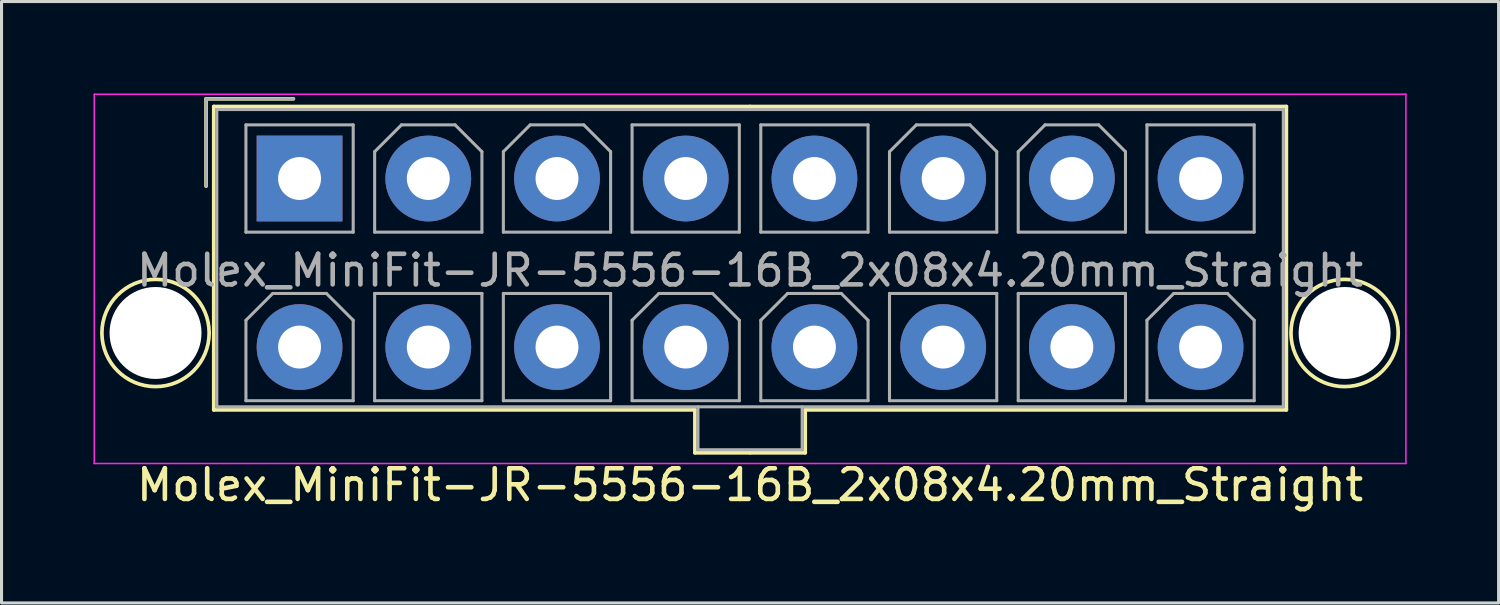
<source format=kicad_pcb>
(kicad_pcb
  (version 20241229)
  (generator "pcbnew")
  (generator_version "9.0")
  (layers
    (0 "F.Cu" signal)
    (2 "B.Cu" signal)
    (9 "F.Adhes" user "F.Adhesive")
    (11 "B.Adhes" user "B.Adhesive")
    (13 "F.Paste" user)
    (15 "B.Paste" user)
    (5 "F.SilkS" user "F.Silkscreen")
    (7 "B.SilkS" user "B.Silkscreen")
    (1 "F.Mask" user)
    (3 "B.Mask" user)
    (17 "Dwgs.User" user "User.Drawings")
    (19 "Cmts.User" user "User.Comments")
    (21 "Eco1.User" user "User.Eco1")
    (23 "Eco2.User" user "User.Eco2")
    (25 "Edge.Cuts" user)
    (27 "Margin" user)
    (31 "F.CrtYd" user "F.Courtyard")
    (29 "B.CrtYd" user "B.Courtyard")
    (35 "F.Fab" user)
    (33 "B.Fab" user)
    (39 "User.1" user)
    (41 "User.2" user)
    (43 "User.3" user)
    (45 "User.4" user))
  (footprint "Molex_MiniFit-JR-5556-16B_2x08x4.20mm_Straight"
    (layer "F.Cu")
    (at 6.725 2.775)
    (property "Reference" "Molex_MiniFit-JR-5556-16B_2x08x4.20mm_Straight" (at 14.7 10 0) (layer "F.SilkS") (effects (font (size 1 1) (thickness 0.15))))
    (attr through_hole)
    (fp_line (start -3.05 -2.6) (end -3.05 0.25) (stroke (width 0.12) (type solid)) (layer "F.SilkS"))
    (fp_line (start -2.8 -2.35) (end -2.8 7.55) (stroke (width 0.12) (type solid)) (layer "F.SilkS"))
    (fp_line (start -2.8 7.55) (end 12.9 7.55) (stroke (width 0.12) (type solid)) (layer "F.SilkS"))
    (fp_line (start -0.2 -2.6) (end -3.05 -2.6) (stroke (width 0.12) (type solid)) (layer "F.SilkS"))
    (fp_line (start 12.9 7.55) (end 12.9 8.95) (stroke (width 0.12) (type solid)) (layer "F.SilkS"))
    (fp_line (start 12.9 8.95) (end 14.7 8.95) (stroke (width 0.12) (type solid)) (layer "F.SilkS"))
    (fp_line (start 14.7 -2.35) (end -2.8 -2.35) (stroke (width 0.12) (type solid)) (layer "F.SilkS"))
    (fp_line (start 14.7 -2.35) (end 32.2 -2.35) (stroke (width 0.12) (type solid)) (layer "F.SilkS"))
    (fp_line (start 16.5 7.55) (end 16.5 8.95) (stroke (width 0.12) (type solid)) (layer "F.SilkS"))
    (fp_line (start 16.5 8.95) (end 14.7 8.95) (stroke (width 0.12) (type solid)) (layer "F.SilkS"))
    (fp_line (start 32.2 -2.35) (end 32.2 7.55) (stroke (width 0.12) (type solid)) (layer "F.SilkS"))
    (fp_line (start 32.2 7.55) (end 16.5 7.55) (stroke (width 0.12) (type solid)) (layer "F.SilkS"))
    (fp_circle (center -4.7 5.04) (end -2.95 5.04) (stroke (width 0.12) (type solid)) (fill no) (layer "F.SilkS"))
    (fp_circle (center 34.1 5.04) (end 35.85 5.04) (stroke (width 0.12) (type solid)) (fill no) (layer "F.SilkS"))
    (fp_line (start -6.7 -2.75) (end -6.7 9.3) (stroke (width 0.05) (type solid)) (layer "F.CrtYd"))
    (fp_line (start -6.7 9.3) (end 36.1 9.3) (stroke (width 0.05) (type solid)) (layer "F.CrtYd"))
    (fp_line (start 36.1 -2.75) (end -6.7 -2.75) (stroke (width 0.05) (type solid)) (layer "F.CrtYd"))
    (fp_line (start 36.1 9.3) (end 36.1 -2.75) (stroke (width 0.05) (type solid)) (layer "F.CrtYd"))
    (fp_line (start -3.05 -2.6) (end -3.05 0.25) (stroke (width 0.1) (type solid)) (layer "F.Fab"))
    (fp_line (start -2.7 -2.25) (end -2.7 7.45) (stroke (width 0.1) (type solid)) (layer "F.Fab"))
    (fp_line (start -2.7 7.45) (end 32.1 7.45) (stroke (width 0.1) (type solid)) (layer "F.Fab"))
    (fp_line (start -1.75 -1.75) (end -1.75 1.75) (stroke (width 0.1) (type solid)) (layer "F.Fab"))
    (fp_line (start -1.75 1.75) (end 1.75 1.75) (stroke (width 0.1) (type solid)) (layer "F.Fab"))
    (fp_line (start -1.75 4.625) (end -0.875 3.75) (stroke (width 0.1) (type solid)) (layer "F.Fab"))
    (fp_line (start -1.75 7.25) (end -1.75 4.625) (stroke (width 0.1) (type solid)) (layer "F.Fab"))
    (fp_line (start -0.875 3.75) (end 0.875 3.75) (stroke (width 0.1) (type solid)) (layer "F.Fab"))
    (fp_line (start -0.2 -2.6) (end -3.05 -2.6) (stroke (width 0.1) (type solid)) (layer "F.Fab"))
    (fp_line (start 0.875 3.75) (end 1.75 4.625) (stroke (width 0.1) (type solid)) (layer "F.Fab"))
    (fp_line (start 1.75 -1.75) (end -1.75 -1.75) (stroke (width 0.1) (type solid)) (layer "F.Fab"))
    (fp_line (start 1.75 1.75) (end 1.75 -1.75) (stroke (width 0.1) (type solid)) (layer "F.Fab"))
    (fp_line (start 1.75 4.625) (end 1.75 7.25) (stroke (width 0.1) (type solid)) (layer "F.Fab"))
    (fp_line (start 1.75 7.25) (end -1.75 7.25) (stroke (width 0.1) (type solid)) (layer "F.Fab"))
    (fp_line (start 2.45 -0.875) (end 3.325 -1.75) (stroke (width 0.1) (type solid)) (layer "F.Fab"))
    (fp_line (start 2.45 1.75) (end 2.45 -0.875) (stroke (width 0.1) (type solid)) (layer "F.Fab"))
    (fp_line (start 2.45 3.75) (end 2.45 7.25) (stroke (width 0.1) (type solid)) (layer "F.Fab"))
    (fp_line (start 2.45 7.25) (end 5.95 7.25) (stroke (width 0.1) (type solid)) (layer "F.Fab"))
    (fp_line (start 3.325 -1.75) (end 5.075 -1.75) (stroke (width 0.1) (type solid)) (layer "F.Fab"))
    (fp_line (start 5.075 -1.75) (end 5.95 -0.875) (stroke (width 0.1) (type solid)) (layer "F.Fab"))
    (fp_line (start 5.95 -0.875) (end 5.95 1.75) (stroke (width 0.1) (type solid)) (layer "F.Fab"))
    (fp_line (start 5.95 1.75) (end 2.45 1.75) (stroke (width 0.1) (type solid)) (layer "F.Fab"))
    (fp_line (start 5.95 3.75) (end 2.45 3.75) (stroke (width 0.1) (type solid)) (layer "F.Fab"))
    (fp_line (start 5.95 7.25) (end 5.95 3.75) (stroke (width 0.1) (type solid)) (layer "F.Fab"))
    (fp_line (start 6.65 -0.875) (end 7.525 -1.75) (stroke (width 0.1) (type solid)) (layer "F.Fab"))
    (fp_line (start 6.65 1.75) (end 6.65 -0.875) (stroke (width 0.1) (type solid)) (layer "F.Fab"))
    (fp_line (start 6.65 3.75) (end 6.65 7.25) (stroke (width 0.1) (type solid)) (layer "F.Fab"))
    (fp_line (start 6.65 7.25) (end 10.15 7.25) (stroke (width 0.1) (type solid)) (layer "F.Fab"))
    (fp_line (start 7.525 -1.75) (end 9.275 -1.75) (stroke (width 0.1) (type solid)) (layer "F.Fab"))
    (fp_line (start 9.275 -1.75) (end 10.15 -0.875) (stroke (width 0.1) (type solid)) (layer "F.Fab"))
    (fp_line (start 10.15 -0.875) (end 10.15 1.75) (stroke (width 0.1) (type solid)) (layer "F.Fab"))
    (fp_line (start 10.15 1.75) (end 6.65 1.75) (stroke (width 0.1) (type solid)) (layer "F.Fab"))
    (fp_line (start 10.15 3.75) (end 6.65 3.75) (stroke (width 0.1) (type solid)) (layer "F.Fab"))
    (fp_line (start 10.15 7.25) (end 10.15 3.75) (stroke (width 0.1) (type solid)) (layer "F.Fab"))
    (fp_line (start 10.85 -1.75) (end 10.85 1.75) (stroke (width 0.1) (type solid)) (layer "F.Fab"))
    (fp_line (start 10.85 1.75) (end 14.35 1.75) (stroke (width 0.1) (type solid)) (layer "F.Fab"))
    (fp_line (start 10.85 4.625) (end 11.725 3.75) (stroke (width 0.1) (type solid)) (layer "F.Fab"))
    (fp_line (start 10.85 7.25) (end 10.85 4.625) (stroke (width 0.1) (type solid)) (layer "F.Fab"))
    (fp_line (start 11.725 3.75) (end 13.475 3.75) (stroke (width 0.1) (type solid)) (layer "F.Fab"))
    (fp_line (start 13 7.45) (end 13 8.85) (stroke (width 0.1) (type solid)) (layer "F.Fab"))
    (fp_line (start 13 8.85) (end 16.4 8.85) (stroke (width 0.1) (type solid)) (layer "F.Fab"))
    (fp_line (start 13.475 3.75) (end 14.35 4.625) (stroke (width 0.1) (type solid)) (layer "F.Fab"))
    (fp_line (start 14.35 -1.75) (end 10.85 -1.75) (stroke (width 0.1) (type solid)) (layer "F.Fab"))
    (fp_line (start 14.35 1.75) (end 14.35 -1.75) (stroke (width 0.1) (type solid)) (layer "F.Fab"))
    (fp_line (start 14.35 4.625) (end 14.35 7.25) (stroke (width 0.1) (type solid)) (layer "F.Fab"))
    (fp_line (start 14.35 7.25) (end 10.85 7.25) (stroke (width 0.1) (type solid)) (layer "F.Fab"))
    (fp_line (start 15.05 -1.75) (end 15.05 1.75) (stroke (width 0.1) (type solid)) (layer "F.Fab"))
    (fp_line (start 15.05 1.75) (end 18.55 1.75) (stroke (width 0.1) (type solid)) (layer "F.Fab"))
    (fp_line (start 15.05 4.625) (end 15.925 3.75) (stroke (width 0.1) (type solid)) (layer "F.Fab"))
    (fp_line (start 15.05 7.25) (end 15.05 4.625) (stroke (width 0.1) (type solid)) (layer "F.Fab"))
    (fp_line (start 15.925 3.75) (end 17.675 3.75) (stroke (width 0.1) (type solid)) (layer "F.Fab"))
    (fp_line (start 16.4 8.85) (end 16.4 7.45) (stroke (width 0.1) (type solid)) (layer "F.Fab"))
    (fp_line (start 17.675 3.75) (end 18.55 4.625) (stroke (width 0.1) (type solid)) (layer "F.Fab"))
    (fp_line (start 18.55 -1.75) (end 15.05 -1.75) (stroke (width 0.1) (type solid)) (layer "F.Fab"))
    (fp_line (start 18.55 1.75) (end 18.55 -1.75) (stroke (width 0.1) (type solid)) (layer "F.Fab"))
    (fp_line (start 18.55 4.625) (end 18.55 7.25) (stroke (width 0.1) (type solid)) (layer "F.Fab"))
    (fp_line (start 18.55 7.25) (end 15.05 7.25) (stroke (width 0.1) (type solid)) (layer "F.Fab"))
    (fp_line (start 19.25 -0.875) (end 20.125 -1.75) (stroke (width 0.1) (type solid)) (layer "F.Fab"))
    (fp_line (start 19.25 1.75) (end 19.25 -0.875) (stroke (width 0.1) (type solid)) (layer "F.Fab"))
    (fp_line (start 19.25 3.75) (end 19.25 7.25) (stroke (width 0.1) (type solid)) (layer "F.Fab"))
    (fp_line (start 19.25 7.25) (end 22.75 7.25) (stroke (width 0.1) (type solid)) (layer "F.Fab"))
    (fp_line (start 20.125 -1.75) (end 21.875 -1.75) (stroke (width 0.1) (type solid)) (layer "F.Fab"))
    (fp_line (start 21.875 -1.75) (end 22.75 -0.875) (stroke (width 0.1) (type solid)) (layer "F.Fab"))
    (fp_line (start 22.75 -0.875) (end 22.75 1.75) (stroke (width 0.1) (type solid)) (layer "F.Fab"))
    (fp_line (start 22.75 1.75) (end 19.25 1.75) (stroke (width 0.1) (type solid)) (layer "F.Fab"))
    (fp_line (start 22.75 3.75) (end 19.25 3.75) (stroke (width 0.1) (type solid)) (layer "F.Fab"))
    (fp_line (start 22.75 7.25) (end 22.75 3.75) (stroke (width 0.1) (type solid)) (layer "F.Fab"))
    (fp_line (start 23.45 -0.875) (end 24.325 -1.75) (stroke (width 0.1) (type solid)) (layer "F.Fab"))
    (fp_line (start 23.45 1.75) (end 23.45 -0.875) (stroke (width 0.1) (type solid)) (layer "F.Fab"))
    (fp_line (start 23.45 3.75) (end 23.45 7.25) (stroke (width 0.1) (type solid)) (layer "F.Fab"))
    (fp_line (start 23.45 7.25) (end 26.95 7.25) (stroke (width 0.1) (type solid)) (layer "F.Fab"))
    (fp_line (start 24.325 -1.75) (end 26.075 -1.75) (stroke (width 0.1) (type solid)) (layer "F.Fab"))
    (fp_line (start 26.075 -1.75) (end 26.95 -0.875) (stroke (width 0.1) (type solid)) (layer "F.Fab"))
    (fp_line (start 26.95 -0.875) (end 26.95 1.75) (stroke (width 0.1) (type solid)) (layer "F.Fab"))
    (fp_line (start 26.95 1.75) (end 23.45 1.75) (stroke (width 0.1) (type solid)) (layer "F.Fab"))
    (fp_line (start 26.95 3.75) (end 23.45 3.75) (stroke (width 0.1) (type solid)) (layer "F.Fab"))
    (fp_line (start 26.95 7.25) (end 26.95 3.75) (stroke (width 0.1) (type solid)) (layer "F.Fab"))
    (fp_line (start 27.65 -1.75) (end 27.65 1.75) (stroke (width 0.1) (type solid)) (layer "F.Fab"))
    (fp_line (start 27.65 1.75) (end 31.15 1.75) (stroke (width 0.1) (type solid)) (layer "F.Fab"))
    (fp_line (start 27.65 4.625) (end 28.525 3.75) (stroke (width 0.1) (type solid)) (layer "F.Fab"))
    (fp_line (start 27.65 7.25) (end 27.65 4.625) (stroke (width 0.1) (type solid)) (layer "F.Fab"))
    (fp_line (start 28.525 3.75) (end 30.275 3.75) (stroke (width 0.1) (type solid)) (layer "F.Fab"))
    (fp_line (start 30.275 3.75) (end 31.15 4.625) (stroke (width 0.1) (type solid)) (layer "F.Fab"))
    (fp_line (start 31.15 -1.75) (end 27.65 -1.75) (stroke (width 0.1) (type solid)) (layer "F.Fab"))
    (fp_line (start 31.15 1.75) (end 31.15 -1.75) (stroke (width 0.1) (type solid)) (layer "F.Fab"))
    (fp_line (start 31.15 4.625) (end 31.15 7.25) (stroke (width 0.1) (type solid)) (layer "F.Fab"))
    (fp_line (start 31.15 7.25) (end 27.65 7.25) (stroke (width 0.1) (type solid)) (layer "F.Fab"))
    (fp_line (start 32.1 -2.25) (end -2.7 -2.25) (stroke (width 0.1) (type solid)) (layer "F.Fab"))
    (fp_line (start 32.1 7.45) (end 32.1 -2.25) (stroke (width 0.1) (type solid)) (layer "F.Fab"))
    (fp_text user "${REFERENCE}" (at 14.7 3 0) (layer "F.Fab") (effects (font (size 1 1) (thickness 0.15))))
    (pad "" np_thru_hole circle (at -4.7 5.04) (size 3 3) (drill 3) (layers "*.Cu" "*.Mask"))
    (pad "" np_thru_hole circle (at 34.1 5.04) (size 3 3) (drill 3) (layers "*.Cu" "*.Mask"))
    (pad "1" thru_hole rect (at 0 0) (size 2.8 2.8) (drill 1.4) (layers "*.Cu" "*.Mask"))
    (pad "2" thru_hole circle (at 4.2 0) (size 2.8 2.8) (drill 1.4) (layers "*.Cu" "*.Mask"))
    (pad "3" thru_hole circle (at 8.4 0) (size 2.8 2.8) (drill 1.4) (layers "*.Cu" "*.Mask"))
    (pad "4" thru_hole circle (at 12.6 0) (size 2.8 2.8) (drill 1.4) (layers "*.Cu" "*.Mask"))
    (pad "5" thru_hole circle (at 16.8 0) (size 2.8 2.8) (drill 1.4) (layers "*.Cu" "*.Mask"))
    (pad "6" thru_hole circle (at 21 0) (size 2.8 2.8) (drill 1.4) (layers "*.Cu" "*.Mask"))
    (pad "7" thru_hole circle (at 25.2 0) (size 2.8 2.8) (drill 1.4) (layers "*.Cu" "*.Mask"))
    (pad "8" thru_hole circle (at 29.4 0) (size 2.8 2.8) (drill 1.4) (layers "*.Cu" "*.Mask"))
    (pad "9" thru_hole circle (at 0 5.5) (size 2.8 2.8) (drill 1.4) (layers "*.Cu" "*.Mask"))
    (pad "10" thru_hole circle (at 4.2 5.5) (size 2.8 2.8) (drill 1.4) (layers "*.Cu" "*.Mask"))
    (pad "11" thru_hole circle (at 8.4 5.5) (size 2.8 2.8) (drill 1.4) (layers "*.Cu" "*.Mask"))
    (pad "12" thru_hole circle (at 12.6 5.5) (size 2.8 2.8) (drill 1.4) (layers "*.Cu" "*.Mask"))
    (pad "13" thru_hole circle (at 16.8 5.5) (size 2.8 2.8) (drill 1.4) (layers "*.Cu" "*.Mask"))
    (pad "14" thru_hole circle (at 21 5.5) (size 2.8 2.8) (drill 1.4) (layers "*.Cu" "*.Mask"))
    (pad "15" thru_hole circle (at 25.2 5.5) (size 2.8 2.8) (drill 1.4) (layers "*.Cu" "*.Mask"))
    (pad "16" thru_hole circle (at 29.4 5.5) (size 2.8 2.8) (drill 1.4) (layers "*.Cu" "*.Mask")))
  (gr_rect
    (start -3 -3)
    (end 45.85 16.623)
    (stroke (width 0.1) (type default))
    (fill no)
    (layer "Edge.Cuts")))
</source>
